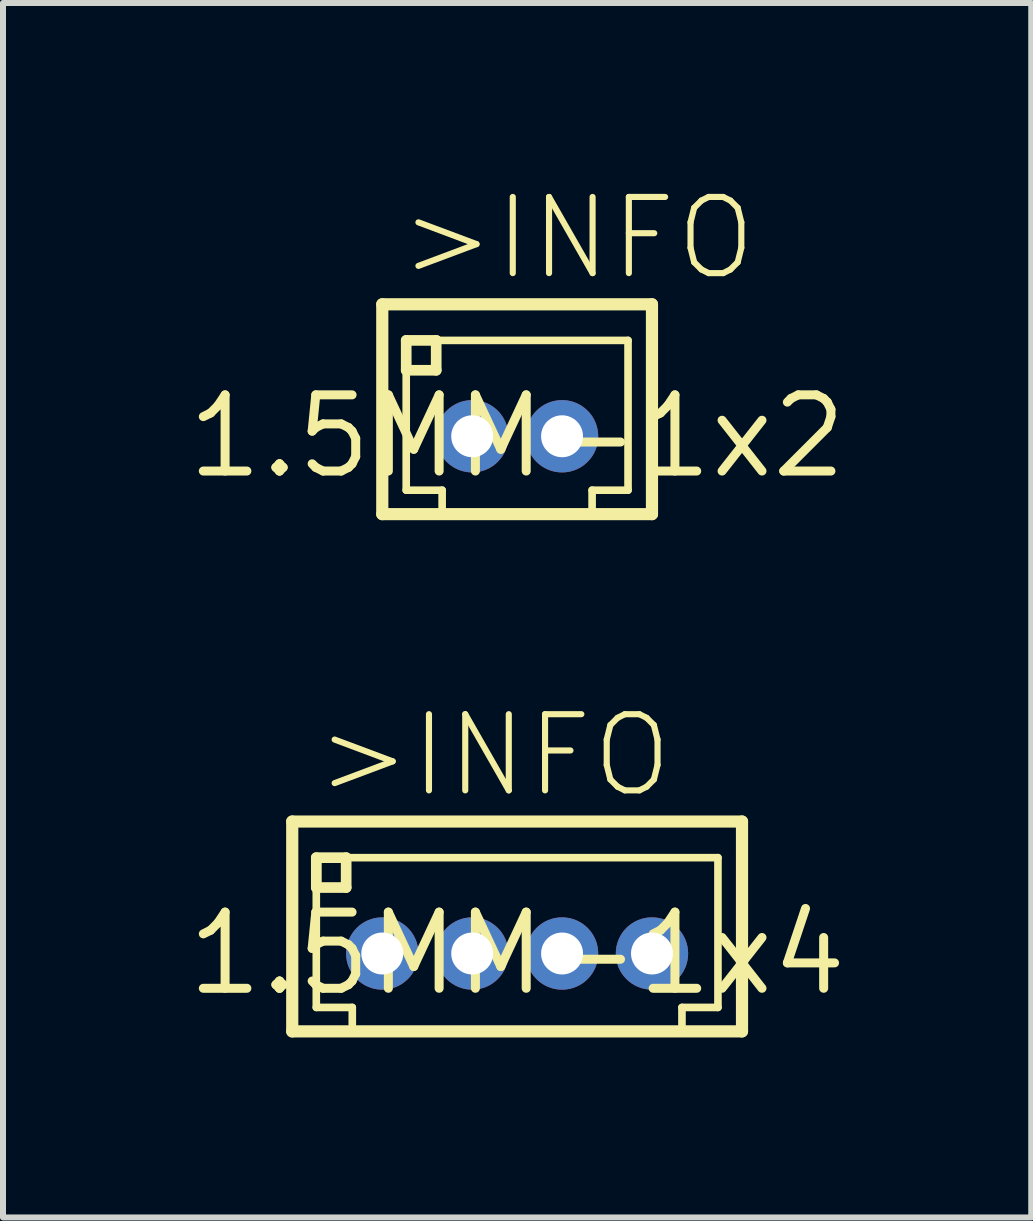
<source format=kicad_pcb>
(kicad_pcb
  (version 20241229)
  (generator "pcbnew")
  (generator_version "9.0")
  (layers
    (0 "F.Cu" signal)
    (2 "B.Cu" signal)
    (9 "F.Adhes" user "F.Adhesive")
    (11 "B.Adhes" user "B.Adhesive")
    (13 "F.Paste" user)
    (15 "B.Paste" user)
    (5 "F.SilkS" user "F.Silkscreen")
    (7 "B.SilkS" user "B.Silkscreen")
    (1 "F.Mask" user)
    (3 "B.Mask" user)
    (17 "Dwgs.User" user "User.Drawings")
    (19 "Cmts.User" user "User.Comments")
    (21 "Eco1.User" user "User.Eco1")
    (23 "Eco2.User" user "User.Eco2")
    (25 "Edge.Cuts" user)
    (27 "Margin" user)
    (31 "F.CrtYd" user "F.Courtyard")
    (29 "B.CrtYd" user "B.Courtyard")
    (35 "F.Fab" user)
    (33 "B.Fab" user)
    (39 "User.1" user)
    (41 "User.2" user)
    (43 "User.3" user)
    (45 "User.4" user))
  (footprint "1.5MM-1x4"
    (layer "F.Cu")
    (at 5.571 12.846)
    (property "Reference" "1.5MM-1x4" (at 0 0 0) (layer "F.SilkS") (effects (font (size 1.27 1.27) (thickness 0.15))))
    (attr exclude_from_pos_files exclude_from_bom)
    (fp_line (start -3.749 -2.2) (end 3.749 -2.2) (stroke (width 0.203) (type solid)) (layer "F.SilkS"))
    (fp_line (start -3.749 1.298) (end -3.749 -2.2) (stroke (width 0.203) (type solid)) (layer "F.SilkS"))
    (fp_line (start -3.348 -1.598) (end -2.85 -1.598) (stroke (width 0.178) (type solid)) (layer "F.SilkS"))
    (fp_line (start -3.348 -1.1) (end -3.348 -1.598) (stroke (width 0.178) (type solid)) (layer "F.SilkS"))
    (fp_line (start -3.348 -1.1) (end -2.85 -1.1) (stroke (width 0.178) (type solid)) (layer "F.SilkS"))
    (fp_line (start -3.348 0.899) (end -3.348 -1.1) (stroke (width 0.127) (type solid)) (layer "F.SilkS"))
    (fp_line (start -3.299 -1.598) (end -2.898 -1.598) (stroke (width 0.066) (type solid)) (layer "F.SilkS"))
    (fp_line (start -3.299 -1.1) (end -3.299 -1.598) (stroke (width 0.066) (type solid)) (layer "F.SilkS"))
    (fp_line (start -3.299 -1.1) (end -2.898 -1.1) (stroke (width 0.066) (type solid)) (layer "F.SilkS"))
    (fp_line (start -2.898 -1.1) (end -2.898 -1.598) (stroke (width 0.066) (type solid)) (layer "F.SilkS"))
    (fp_line (start -2.85 -1.598) (end 3.348 -1.598) (stroke (width 0.127) (type solid)) (layer "F.SilkS"))
    (fp_line (start -2.85 -1.1) (end -2.85 -1.598) (stroke (width 0.178) (type solid)) (layer "F.SilkS"))
    (fp_line (start -2.748 0.899) (end -3.348 0.899) (stroke (width 0.127) (type solid)) (layer "F.SilkS"))
    (fp_line (start -2.748 1.199) (end -2.748 0.899) (stroke (width 0.127) (type solid)) (layer "F.SilkS"))
    (fp_line (start 2.748 0.899) (end 2.748 1.199) (stroke (width 0.127) (type solid)) (layer "F.SilkS"))
    (fp_line (start 3.348 -1.598) (end 3.348 0.899) (stroke (width 0.127) (type solid)) (layer "F.SilkS"))
    (fp_line (start 3.348 0.899) (end 2.748 0.899) (stroke (width 0.127) (type solid)) (layer "F.SilkS"))
    (fp_line (start 3.749 -2.2) (end 3.749 1.298) (stroke (width 0.203) (type solid)) (layer "F.SilkS"))
    (fp_line (start 3.749 1.298) (end -3.749 1.298) (stroke (width 0.203) (type solid)) (layer "F.SilkS"))
    (fp_text user ">INFO" (at -0.381 -3.302 0) (layer "F.SilkS") (effects (font (size 1.27 1.27) (thickness 0.102))))
    (pad "1" thru_hole circle (at -2.248 0) (size 1.206 1.206) (drill 0.699) (layers "*.Cu" "*.Paste" "*.Mask"))
    (pad "2" thru_hole circle (at -0.749 0) (size 1.206 1.206) (drill 0.699) (layers "*.Cu" "*.Paste" "*.Mask"))
    (pad "3" thru_hole circle (at 0.749 0) (size 1.206 1.206) (drill 0.699) (layers "*.Cu" "*.Paste" "*.Mask"))
    (pad "4" thru_hole circle (at 2.248 0) (size 1.206 1.206) (drill 0.699) (layers "*.Cu" "*.Paste" "*.Mask")))
  (footprint "1.5MM-1x2"
    (layer "F.Cu")
    (at 5.571 4.223)
    (property "Reference" "1.5MM-1x2" (at 0 0 0) (layer "F.SilkS") (effects (font (size 1.27 1.27) (thickness 0.15))))
    (attr exclude_from_pos_files exclude_from_bom)
    (fp_line (start -2.248 -2.2) (end 2.248 -2.2) (stroke (width 0.203) (type solid)) (layer "F.SilkS"))
    (fp_line (start -2.248 1.298) (end -2.248 -2.2) (stroke (width 0.203) (type solid)) (layer "F.SilkS"))
    (fp_line (start -1.849 -1.598) (end -1.349 -1.598) (stroke (width 0.178) (type solid)) (layer "F.SilkS"))
    (fp_line (start -1.849 -1.1) (end -1.849 -1.598) (stroke (width 0.178) (type solid)) (layer "F.SilkS"))
    (fp_line (start -1.849 -1.1) (end -1.349 -1.1) (stroke (width 0.178) (type solid)) (layer "F.SilkS"))
    (fp_line (start -1.849 0.899) (end -1.849 -1.1) (stroke (width 0.127) (type solid)) (layer "F.SilkS"))
    (fp_line (start -1.349 -1.598) (end 1.849 -1.598) (stroke (width 0.127) (type solid)) (layer "F.SilkS"))
    (fp_line (start -1.349 -1.1) (end -1.349 -1.598) (stroke (width 0.178) (type solid)) (layer "F.SilkS"))
    (fp_line (start -1.25 0.899) (end -1.849 0.899) (stroke (width 0.127) (type solid)) (layer "F.SilkS"))
    (fp_line (start -1.25 1.199) (end -1.25 0.899) (stroke (width 0.127) (type solid)) (layer "F.SilkS"))
    (fp_line (start 1.25 0.899) (end 1.25 1.199) (stroke (width 0.127) (type solid)) (layer "F.SilkS"))
    (fp_line (start 1.849 -1.598) (end 1.849 0.899) (stroke (width 0.127) (type solid)) (layer "F.SilkS"))
    (fp_line (start 1.849 0.899) (end 1.25 0.899) (stroke (width 0.127) (type solid)) (layer "F.SilkS"))
    (fp_line (start 2.248 -2.2) (end 2.248 1.298) (stroke (width 0.203) (type solid)) (layer "F.SilkS"))
    (fp_line (start 2.248 1.298) (end -2.248 1.298) (stroke (width 0.203) (type solid)) (layer "F.SilkS"))
    (fp_text user ">INFO" (at 1.016 -3.302 0) (layer "F.SilkS") (effects (font (size 1.27 1.27) (thickness 0.102))))
    (pad "1" thru_hole circle (at -0.749 0) (size 1.206 1.206) (drill 0.699) (layers "*.Cu" "*.Paste" "*.Mask"))
    (pad "2" thru_hole circle (at 0.749 0) (size 1.206 1.206) (drill 0.699) (layers "*.Cu" "*.Paste" "*.Mask")))
  (gr_rect
    (start -3 -3)
    (end 14.142 17.246)
    (stroke (width 0.1) (type default))
    (fill no)
    (layer "Edge.Cuts")))
</source>
